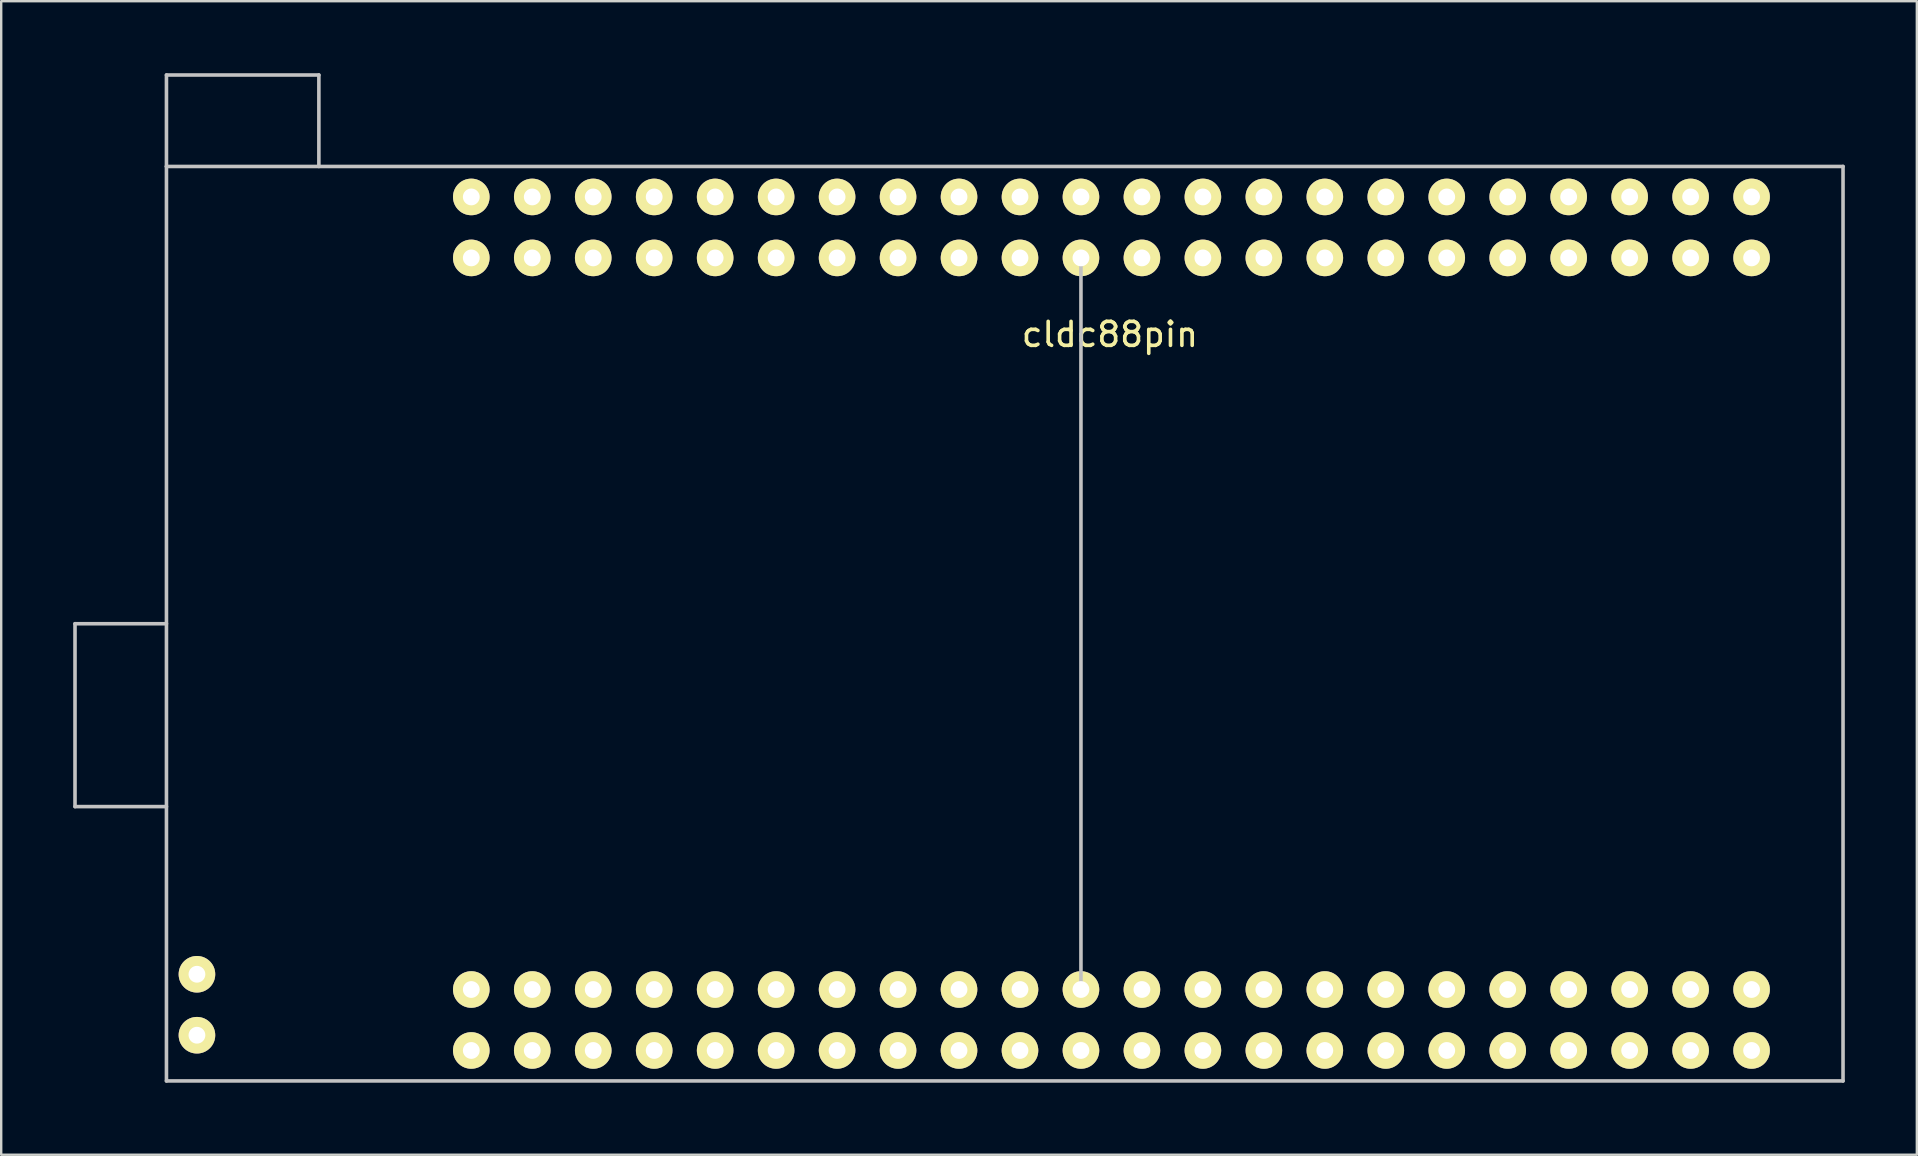
<source format=kicad_pcb>
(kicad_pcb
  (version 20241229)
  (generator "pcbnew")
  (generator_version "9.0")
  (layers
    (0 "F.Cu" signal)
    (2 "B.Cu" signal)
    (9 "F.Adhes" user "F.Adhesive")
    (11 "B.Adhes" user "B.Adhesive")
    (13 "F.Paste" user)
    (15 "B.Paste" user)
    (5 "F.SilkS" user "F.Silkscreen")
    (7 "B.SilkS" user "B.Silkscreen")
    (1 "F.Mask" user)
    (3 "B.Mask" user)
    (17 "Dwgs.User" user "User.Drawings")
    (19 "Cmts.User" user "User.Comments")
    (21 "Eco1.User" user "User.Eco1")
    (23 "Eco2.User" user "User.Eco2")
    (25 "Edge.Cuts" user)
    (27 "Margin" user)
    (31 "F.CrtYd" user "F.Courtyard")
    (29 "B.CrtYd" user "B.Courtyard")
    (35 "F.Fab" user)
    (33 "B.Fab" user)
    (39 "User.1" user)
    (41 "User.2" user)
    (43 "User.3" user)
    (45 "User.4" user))
  (footprint "cldc88pin"
    (layer "F.Cu")
    (at 41.985 25.475)
    (property "Reference" "cldc88pin" (at 1.206 -14.592 0) (layer "F.SilkS") (effects (font (size 1 1) (thickness 0.15))))
    (attr through_hole)
    (fp_line (start -41.91 -2.54) (end -38.1 -2.54) (stroke (width 0.15) (type solid)) (layer "Dwgs.User"))
    (fp_line (start -41.91 5.08) (end -41.91 -2.54) (stroke (width 0.15) (type solid)) (layer "Dwgs.User"))
    (fp_line (start -38.1 -25.4) (end -31.75 -25.4) (stroke (width 0.15) (type solid)) (layer "Dwgs.User"))
    (fp_line (start -38.1 -21.59) (end -38.1 -25.4) (stroke (width 0.15) (type solid)) (layer "Dwgs.User"))
    (fp_line (start -38.1 -21.59) (end -38.1 16.51) (stroke (width 0.15) (type solid)) (layer "Dwgs.User"))
    (fp_line (start -38.1 5.08) (end -41.91 5.08) (stroke (width 0.15) (type solid)) (layer "Dwgs.User"))
    (fp_line (start -38.1 16.51) (end 31.75 16.51) (stroke (width 0.15) (type solid)) (layer "Dwgs.User"))
    (fp_line (start -31.75 -25.4) (end -31.75 -21.59) (stroke (width 0.15) (type solid)) (layer "Dwgs.User"))
    (fp_line (start 0 -17.78) (end 0 12.7) (stroke (width 0.15) (type solid)) (layer "Dwgs.User"))
    (fp_line (start 31.75 -21.59) (end -38.1 -21.59) (stroke (width 0.15) (type solid)) (layer "Dwgs.User"))
    (fp_line (start 31.75 16.51) (end 31.75 -21.59) (stroke (width 0.15) (type solid)) (layer "Dwgs.User"))
    (pad "1" thru_hole circle (at 27.94 -20.32) (size 1.524 1.524) (drill 0.7) (layers "*.Cu" "*.Mask" "F.SilkS"))
    (pad "2" thru_hole circle (at 27.94 -17.78) (size 1.524 1.524) (drill 0.7) (layers "*.Cu" "*.Mask" "F.SilkS"))
    (pad "3" thru_hole circle (at 25.4 -20.32) (size 1.524 1.524) (drill 0.7) (layers "*.Cu" "*.Mask" "F.SilkS"))
    (pad "4" thru_hole circle (at 25.4 -17.78) (size 1.524 1.524) (drill 0.7) (layers "*.Cu" "*.Mask" "F.SilkS"))
    (pad "5" thru_hole circle (at 22.86 -20.32) (size 1.524 1.524) (drill 0.7) (layers "*.Cu" "*.Mask" "F.SilkS"))
    (pad "6" thru_hole circle (at 22.86 -17.78) (size 1.524 1.524) (drill 0.7) (layers "*.Cu" "*.Mask" "F.SilkS"))
    (pad "7" thru_hole circle (at 20.32 -20.32) (size 1.524 1.524) (drill 0.7) (layers "*.Cu" "*.Mask" "F.SilkS"))
    (pad "8" thru_hole circle (at 20.32 -17.78) (size 1.524 1.524) (drill 0.7) (layers "*.Cu" "*.Mask" "F.SilkS"))
    (pad "9" thru_hole circle (at 17.78 -20.32) (size 1.524 1.524) (drill 0.7) (layers "*.Cu" "*.Mask" "F.SilkS"))
    (pad "10" thru_hole circle (at 17.78 -17.78) (size 1.524 1.524) (drill 0.7) (layers "*.Cu" "*.Mask" "F.SilkS"))
    (pad "11" thru_hole circle (at 15.24 -20.32) (size 1.524 1.524) (drill 0.7) (layers "*.Cu" "*.Mask" "F.SilkS"))
    (pad "12" thru_hole circle (at 15.24 -17.78) (size 1.524 1.524) (drill 0.7) (layers "*.Cu" "*.Mask" "F.SilkS"))
    (pad "13" thru_hole circle (at 12.7 -20.32) (size 1.524 1.524) (drill 0.7) (layers "*.Cu" "*.Mask" "F.SilkS"))
    (pad "14" thru_hole circle (at 12.7 -17.78) (size 1.524 1.524) (drill 0.7) (layers "*.Cu" "*.Mask" "F.SilkS"))
    (pad "15" thru_hole circle (at 10.16 -20.32) (size 1.524 1.524) (drill 0.7) (layers "*.Cu" "*.Mask" "F.SilkS"))
    (pad "16" thru_hole circle (at 10.16 -17.78) (size 1.524 1.524) (drill 0.7) (layers "*.Cu" "*.Mask" "F.SilkS"))
    (pad "17" thru_hole circle (at 7.62 -20.32) (size 1.524 1.524) (drill 0.7) (layers "*.Cu" "*.Mask" "F.SilkS"))
    (pad "18" thru_hole circle (at 7.62 -17.78) (size 1.524 1.524) (drill 0.7) (layers "*.Cu" "*.Mask" "F.SilkS"))
    (pad "19" thru_hole circle (at 5.08 -20.32) (size 1.524 1.524) (drill 0.7) (layers "*.Cu" "*.Mask" "F.SilkS"))
    (pad "20" thru_hole circle (at 5.08 -17.78) (size 1.524 1.524) (drill 0.7) (layers "*.Cu" "*.Mask" "F.SilkS"))
    (pad "21" thru_hole circle (at 2.54 -20.32) (size 1.524 1.524) (drill 0.7) (layers "*.Cu" "*.Mask" "F.SilkS"))
    (pad "22" thru_hole circle (at 2.54 -17.78) (size 1.524 1.524) (drill 0.7) (layers "*.Cu" "*.Mask" "F.SilkS"))
    (pad "23" thru_hole circle (at 0 -20.32) (size 1.524 1.524) (drill 0.7) (layers "*.Cu" "*.Mask" "F.SilkS"))
    (pad "24" thru_hole circle (at 0 -17.78) (size 1.524 1.524) (drill 0.7) (layers "*.Cu" "*.Mask" "F.SilkS"))
    (pad "25" thru_hole circle (at -2.54 -20.32) (size 1.524 1.524) (drill 0.7) (layers "*.Cu" "*.Mask" "F.SilkS"))
    (pad "26" thru_hole circle (at -2.54 -17.78) (size 1.524 1.524) (drill 0.7) (layers "*.Cu" "*.Mask" "F.SilkS"))
    (pad "27" thru_hole circle (at -5.08 -20.32) (size 1.524 1.524) (drill 0.7) (layers "*.Cu" "*.Mask" "F.SilkS"))
    (pad "28" thru_hole circle (at -5.08 -17.78) (size 1.524 1.524) (drill 0.7) (layers "*.Cu" "*.Mask" "F.SilkS"))
    (pad "29" thru_hole circle (at -7.62 -20.32) (size 1.524 1.524) (drill 0.7) (layers "*.Cu" "*.Mask" "F.SilkS"))
    (pad "30" thru_hole circle (at -7.62 -17.78) (size 1.524 1.524) (drill 0.7) (layers "*.Cu" "*.Mask" "F.SilkS"))
    (pad "31" thru_hole circle (at -10.16 -20.32) (size 1.524 1.524) (drill 0.7) (layers "*.Cu" "*.Mask" "F.SilkS"))
    (pad "32" thru_hole circle (at -10.16 -17.78) (size 1.524 1.524) (drill 0.7) (layers "*.Cu" "*.Mask" "F.SilkS"))
    (pad "33" thru_hole circle (at -12.7 -20.32) (size 1.524 1.524) (drill 0.7) (layers "*.Cu" "*.Mask" "F.SilkS"))
    (pad "34" thru_hole circle (at -12.7 -17.78) (size 1.524 1.524) (drill 0.7) (layers "*.Cu" "*.Mask" "F.SilkS"))
    (pad "35" thru_hole circle (at -15.24 -20.32) (size 1.524 1.524) (drill 0.7) (layers "*.Cu" "*.Mask" "F.SilkS"))
    (pad "36" thru_hole circle (at -15.24 -17.78) (size 1.524 1.524) (drill 0.7) (layers "*.Cu" "*.Mask" "F.SilkS"))
    (pad "37" thru_hole circle (at -17.78 -20.32) (size 1.524 1.524) (drill 0.7) (layers "*.Cu" "*.Mask" "F.SilkS"))
    (pad "38" thru_hole circle (at -17.78 -17.78) (size 1.524 1.524) (drill 0.7) (layers "*.Cu" "*.Mask" "F.SilkS"))
    (pad "39" thru_hole circle (at -20.32 -20.32) (size 1.524 1.524) (drill 0.7) (layers "*.Cu" "*.Mask" "F.SilkS"))
    (pad "40" thru_hole circle (at -20.32 -17.78) (size 1.524 1.524) (drill 0.7) (layers "*.Cu" "*.Mask" "F.SilkS"))
    (pad "41" thru_hole circle (at -22.86 -20.32) (size 1.524 1.524) (drill 0.7) (layers "*.Cu" "*.Mask" "F.SilkS"))
    (pad "42" thru_hole circle (at -22.86 -17.78) (size 1.524 1.524) (drill 0.7) (layers "*.Cu" "*.Mask" "F.SilkS"))
    (pad "43" thru_hole circle (at -25.4 -20.32) (size 1.524 1.524) (drill 0.7) (layers "*.Cu" "*.Mask" "F.SilkS"))
    (pad "44" thru_hole circle (at -25.4 -17.78) (size 1.524 1.524) (drill 0.7) (layers "*.Cu" "*.Mask" "F.SilkS"))
    (pad "45" thru_hole circle (at -25.4 15.24) (size 1.524 1.524) (drill 0.7) (layers "*.Cu" "*.Mask" "F.SilkS"))
    (pad "46" thru_hole circle (at -25.4 12.7) (size 1.524 1.524) (drill 0.7) (layers "*.Cu" "*.Mask" "F.SilkS"))
    (pad "47" thru_hole circle (at -22.86 15.24) (size 1.524 1.524) (drill 0.7) (layers "*.Cu" "*.Mask" "F.SilkS"))
    (pad "48" thru_hole circle (at -22.86 12.7) (size 1.524 1.524) (drill 0.7) (layers "*.Cu" "*.Mask" "F.SilkS"))
    (pad "49" thru_hole circle (at -20.32 15.24) (size 1.524 1.524) (drill 0.7) (layers "*.Cu" "*.Mask" "F.SilkS"))
    (pad "50" thru_hole circle (at -20.32 12.7) (size 1.524 1.524) (drill 0.7) (layers "*.Cu" "*.Mask" "F.SilkS"))
    (pad "51" thru_hole circle (at -17.78 15.24) (size 1.524 1.524) (drill 0.7) (layers "*.Cu" "*.Mask" "F.SilkS"))
    (pad "52" thru_hole circle (at -17.78 12.7) (size 1.524 1.524) (drill 0.7) (layers "*.Cu" "*.Mask" "F.SilkS"))
    (pad "53" thru_hole circle (at -15.24 15.24) (size 1.524 1.524) (drill 0.7) (layers "*.Cu" "*.Mask" "F.SilkS"))
    (pad "54" thru_hole circle (at -15.24 12.7) (size 1.524 1.524) (drill 0.7) (layers "*.Cu" "*.Mask" "F.SilkS"))
    (pad "55" thru_hole circle (at -12.7 15.24) (size 1.524 1.524) (drill 0.7) (layers "*.Cu" "*.Mask" "F.SilkS"))
    (pad "56" thru_hole circle (at -12.7 12.7) (size 1.524 1.524) (drill 0.7) (layers "*.Cu" "*.Mask" "F.SilkS"))
    (pad "57" thru_hole circle (at -10.16 15.24) (size 1.524 1.524) (drill 0.7) (layers "*.Cu" "*.Mask" "F.SilkS"))
    (pad "58" thru_hole circle (at -10.16 12.7) (size 1.524 1.524) (drill 0.7) (layers "*.Cu" "*.Mask" "F.SilkS"))
    (pad "59" thru_hole circle (at -7.62 15.24) (size 1.524 1.524) (drill 0.7) (layers "*.Cu" "*.Mask" "F.SilkS"))
    (pad "60" thru_hole circle (at -7.62 12.7) (size 1.524 1.524) (drill 0.7) (layers "*.Cu" "*.Mask" "F.SilkS"))
    (pad "61" thru_hole circle (at -5.08 15.24) (size 1.524 1.524) (drill 0.7) (layers "*.Cu" "*.Mask" "F.SilkS"))
    (pad "62" thru_hole circle (at -5.08 12.7) (size 1.524 1.524) (drill 0.7) (layers "*.Cu" "*.Mask" "F.SilkS"))
    (pad "63" thru_hole circle (at -2.54 15.24) (size 1.524 1.524) (drill 0.7) (layers "*.Cu" "*.Mask" "F.SilkS"))
    (pad "64" thru_hole circle (at -2.54 12.7) (size 1.524 1.524) (drill 0.7) (layers "*.Cu" "*.Mask" "F.SilkS"))
    (pad "65" thru_hole circle (at 0 15.24) (size 1.524 1.524) (drill 0.7) (layers "*.Cu" "*.Mask" "F.SilkS"))
    (pad "66" thru_hole circle (at 0 12.7) (size 1.524 1.524) (drill 0.7) (layers "*.Cu" "*.Mask" "F.SilkS"))
    (pad "67" thru_hole circle (at 2.54 15.24) (size 1.524 1.524) (drill 0.7) (layers "*.Cu" "*.Mask" "F.SilkS"))
    (pad "68" thru_hole circle (at 2.54 12.7) (size 1.524 1.524) (drill 0.7) (layers "*.Cu" "*.Mask" "F.SilkS"))
    (pad "69" thru_hole circle (at 5.08 15.24) (size 1.524 1.524) (drill 0.7) (layers "*.Cu" "*.Mask" "F.SilkS"))
    (pad "70" thru_hole circle (at 5.08 12.7) (size 1.524 1.524) (drill 0.7) (layers "*.Cu" "*.Mask" "F.SilkS"))
    (pad "71" thru_hole circle (at 7.62 15.24) (size 1.524 1.524) (drill 0.7) (layers "*.Cu" "*.Mask" "F.SilkS"))
    (pad "72" thru_hole circle (at 7.62 12.7) (size 1.524 1.524) (drill 0.7) (layers "*.Cu" "*.Mask" "F.SilkS"))
    (pad "73" thru_hole circle (at 10.16 15.24) (size 1.524 1.524) (drill 0.7) (layers "*.Cu" "*.Mask" "F.SilkS"))
    (pad "74" thru_hole circle (at 10.16 12.7) (size 1.524 1.524) (drill 0.7) (layers "*.Cu" "*.Mask" "F.SilkS"))
    (pad "75" thru_hole circle (at 12.7 15.24) (size 1.524 1.524) (drill 0.7) (layers "*.Cu" "*.Mask" "F.SilkS"))
    (pad "76" thru_hole circle (at 12.7 12.7) (size 1.524 1.524) (drill 0.7) (layers "*.Cu" "*.Mask" "F.SilkS"))
    (pad "77" thru_hole circle (at 15.24 15.24) (size 1.524 1.524) (drill 0.7) (layers "*.Cu" "*.Mask" "F.SilkS"))
    (pad "78" thru_hole circle (at 15.24 12.7) (size 1.524 1.524) (drill 0.7) (layers "*.Cu" "*.Mask" "F.SilkS"))
    (pad "79" thru_hole circle (at 17.78 15.24) (size 1.524 1.524) (drill 0.7) (layers "*.Cu" "*.Mask" "F.SilkS"))
    (pad "80" thru_hole circle (at 17.78 12.7) (size 1.524 1.524) (drill 0.7) (layers "*.Cu" "*.Mask" "F.SilkS"))
    (pad "81" thru_hole circle (at 20.32 15.24) (size 1.524 1.524) (drill 0.7) (layers "*.Cu" "*.Mask" "F.SilkS"))
    (pad "82" thru_hole circle (at 20.32 12.7) (size 1.524 1.524) (drill 0.7) (layers "*.Cu" "*.Mask" "F.SilkS"))
    (pad "83" thru_hole circle (at 22.86 15.24) (size 1.524 1.524) (drill 0.7) (layers "*.Cu" "*.Mask" "F.SilkS"))
    (pad "84" thru_hole circle (at 22.86 12.7) (size 1.524 1.524) (drill 0.7) (layers "*.Cu" "*.Mask" "F.SilkS"))
    (pad "85" thru_hole circle (at 25.4 15.24) (size 1.524 1.524) (drill 0.7) (layers "*.Cu" "*.Mask" "F.SilkS"))
    (pad "86" thru_hole circle (at 25.4 12.7) (size 1.524 1.524) (drill 0.7) (layers "*.Cu" "*.Mask" "F.SilkS"))
    (pad "87" thru_hole circle (at 27.94 15.24) (size 1.524 1.524) (drill 0.7) (layers "*.Cu" "*.Mask" "F.SilkS"))
    (pad "88" thru_hole circle (at 27.94 12.7) (size 1.524 1.524) (drill 0.7) (layers "*.Cu" "*.Mask" "F.SilkS"))
    (pad "89" thru_hole circle (at -36.83 12.065) (size 1.524 1.524) (drill 0.7) (layers "*.Cu" "*.Mask" "F.SilkS"))
    (pad "90" thru_hole circle (at -36.83 14.605) (size 1.524 1.524) (drill 0.7) (layers "*.Cu" "*.Mask" "F.SilkS")))
  (gr_rect
    (start -3 -3)
    (end 76.81 45.06)
    (stroke (width 0.1) (type default))
    (fill no)
    (layer "Edge.Cuts")))
</source>
